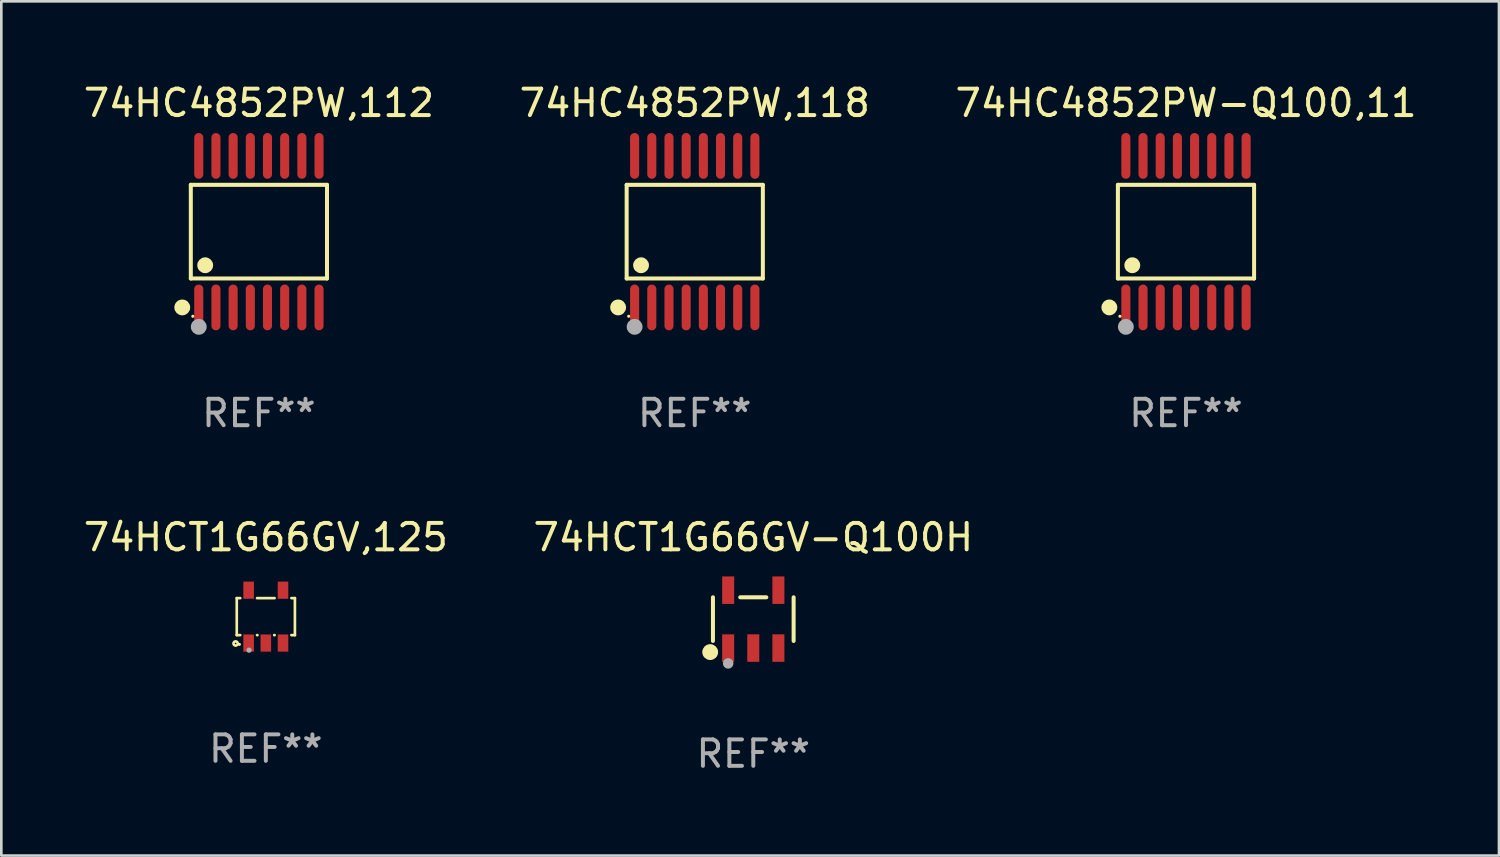
<source format=kicad_pcb>
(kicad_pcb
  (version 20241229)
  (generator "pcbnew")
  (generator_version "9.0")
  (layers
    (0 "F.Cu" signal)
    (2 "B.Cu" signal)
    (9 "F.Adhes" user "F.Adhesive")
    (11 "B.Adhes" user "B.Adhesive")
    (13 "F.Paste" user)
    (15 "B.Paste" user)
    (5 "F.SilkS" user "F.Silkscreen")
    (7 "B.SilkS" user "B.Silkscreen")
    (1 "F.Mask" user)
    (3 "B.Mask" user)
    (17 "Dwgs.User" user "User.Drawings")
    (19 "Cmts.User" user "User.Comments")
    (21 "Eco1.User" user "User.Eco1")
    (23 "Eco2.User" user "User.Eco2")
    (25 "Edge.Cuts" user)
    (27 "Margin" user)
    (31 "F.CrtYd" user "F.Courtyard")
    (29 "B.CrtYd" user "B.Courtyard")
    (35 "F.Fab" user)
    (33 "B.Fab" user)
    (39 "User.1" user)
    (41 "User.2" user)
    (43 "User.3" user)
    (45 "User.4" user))
  (footprint "74HCT1G66GV-Q100H"
    (layer "F.Cu")
    (at 25.446 20.371)
    (property "Reference" "74HCT1G66GV-Q100H" (at 0 -3.095 0) (layer "F.SilkS") (effects (font (size 1 1) (thickness 0.15))))
    (attr through_hole)
    (fp_line (start -1.526 0.826) (end -1.526 -0.826) (stroke (width 0.152) (type solid)) (layer "F.SilkS"))
    (fp_line (start 0.494 -0.826) (end -0.494 -0.826) (stroke (width 0.152) (type solid)) (layer "F.SilkS"))
    (fp_line (start 1.526 0.826) (end 1.526 -0.826) (stroke (width 0.152) (type solid)) (layer "F.SilkS"))
    (fp_circle (center -1.63 1.247) (end -1.48 1.247) (stroke (width 0.3) (type solid)) (fill no) (layer "F.SilkS"))
    (fp_circle (center -1.45 1.375) (end -1.42 1.375) (stroke (width 0.06) (type solid)) (fill no) (layer "F.SilkS"))
    (fp_circle (center -0.95 1.675) (end -0.85 1.675) (stroke (width 0.2) (type solid)) (fill no) (layer "F.Fab"))
    (fp_text user "REF**" (at 0 5.095 0) (layer "F.Fab") (effects (font (size 1 1) (thickness 0.15))))
    (pad "1" smd rect (at -0.95 1.095) (size 0.455 1.04) (layers "F.Cu" "F.Mask" "F.Paste"))
    (pad "2" smd rect (at 0 1.095) (size 0.455 1.04) (layers "F.Cu" "F.Mask" "F.Paste"))
    (pad "3" smd rect (at 0.95 1.095) (size 0.455 1.04) (layers "F.Cu" "F.Mask" "F.Paste"))
    (pad "4" smd rect (at 0.95 -1.095) (size 0.455 1.04) (layers "F.Cu" "F.Mask" "F.Paste"))
    (pad "5" smd rect (at -0.95 -1.095) (size 0.455 1.04) (layers "F.Cu" "F.Mask" "F.Paste")))
  (footprint "74HC4852PW-Q100,11"
    (layer "F.Cu")
    (at 41.815 5.714)
    (property "Reference" "74HC4852PW-Q100,11" (at 0 -4.866 0) (layer "F.SilkS") (effects (font (size 1 1) (thickness 0.15))))
    (attr through_hole)
    (fp_line (start -2.576 -1.772) (end 2.576 -1.772) (stroke (width 0.152) (type solid)) (layer "F.SilkS"))
    (fp_line (start -2.576 1.771) (end -2.576 -1.772) (stroke (width 0.152) (type solid)) (layer "F.SilkS"))
    (fp_line (start 2.576 -1.772) (end 2.576 1.771) (stroke (width 0.152) (type solid)) (layer "F.SilkS"))
    (fp_line (start 2.576 1.771) (end -2.576 1.771) (stroke (width 0.152) (type solid)) (layer "F.SilkS"))
    (fp_circle (center -2.899 2.866) (end -2.749 2.866) (stroke (width 0.3) (type solid)) (fill no) (layer "F.SilkS"))
    (fp_circle (center -2.5 3.2) (end -2.47 3.2) (stroke (width 0.06) (type solid)) (fill no) (layer "F.SilkS"))
    (fp_circle (center -2.032 1.27) (end -1.882 1.27) (stroke (width 0.3) (type solid)) (fill no) (layer "F.SilkS"))
    (fp_circle (center -2.275 3.6) (end -2.125 3.6) (stroke (width 0.3) (type solid)) (fill no) (layer "F.Fab"))
    (fp_text user "REF**" (at 0 6.866 0) (layer "F.Fab") (effects (font (size 1 1) (thickness 0.15))))
    (pad "1" smd oval (at -2.275 2.866) (size 0.343 1.731) (layers "F.Cu" "F.Mask" "F.Paste"))
    (pad "2" smd oval (at -1.625 2.866) (size 0.343 1.731) (layers "F.Cu" "F.Mask" "F.Paste"))
    (pad "3" smd oval (at -0.975 2.866) (size 0.343 1.731) (layers "F.Cu" "F.Mask" "F.Paste"))
    (pad "4" smd oval (at -0.325 2.866) (size 0.343 1.731) (layers "F.Cu" "F.Mask" "F.Paste"))
    (pad "5" smd oval (at 0.325 2.866) (size 0.343 1.731) (layers "F.Cu" "F.Mask" "F.Paste"))
    (pad "6" smd oval (at 0.975 2.866) (size 0.343 1.731) (layers "F.Cu" "F.Mask" "F.Paste"))
    (pad "7" smd oval (at 1.625 2.866) (size 0.343 1.731) (layers "F.Cu" "F.Mask" "F.Paste"))
    (pad "8" smd oval (at 2.275 2.866) (size 0.343 1.731) (layers "F.Cu" "F.Mask" "F.Paste"))
    (pad "9" smd oval (at 2.275 -2.866) (size 0.343 1.731) (layers "F.Cu" "F.Mask" "F.Paste"))
    (pad "10" smd oval (at 1.625 -2.866) (size 0.343 1.731) (layers "F.Cu" "F.Mask" "F.Paste"))
    (pad "11" smd oval (at 0.975 -2.866) (size 0.343 1.731) (layers "F.Cu" "F.Mask" "F.Paste"))
    (pad "12" smd oval (at 0.325 -2.866) (size 0.343 1.731) (layers "F.Cu" "F.Mask" "F.Paste"))
    (pad "13" smd oval (at -0.325 -2.866) (size 0.343 1.731) (layers "F.Cu" "F.Mask" "F.Paste"))
    (pad "14" smd oval (at -0.975 -2.866) (size 0.343 1.731) (layers "F.Cu" "F.Mask" "F.Paste"))
    (pad "15" smd oval (at -1.625 -2.866) (size 0.343 1.731) (layers "F.Cu" "F.Mask" "F.Paste"))
    (pad "16" smd oval (at -2.275 -2.866) (size 0.343 1.731) (layers "F.Cu" "F.Mask" "F.Paste")))
  (footprint "74HCT1G66GV,125"
    (layer "F.Cu")
    (at 7.006 20.276)
    (property "Reference" "74HCT1G66GV,125" (at 0 -3 0) (layer "F.SilkS") (effects (font (size 1 1) (thickness 0.15))))
    (attr through_hole)
    (fp_line (start -1.1 -0.7) (end -1.1 0.7) (stroke (width 0.101) (type solid)) (layer "F.SilkS"))
    (fp_line (start -1.1 -0.7) (end -0.967 -0.7) (stroke (width 0.101) (type solid)) (layer "F.SilkS"))
    (fp_line (start -1.1 0.7) (end -0.967 0.7) (stroke (width 0.101) (type solid)) (layer "F.SilkS"))
    (fp_line (start -0.333 0.7) (end -0.317 0.7) (stroke (width 0.101) (type solid)) (layer "F.SilkS"))
    (fp_line (start -0.333 -0.7) (end 0.333 -0.7) (stroke (width 0.101) (type solid)) (layer "F.SilkS"))
    (fp_line (start 0.317 0.7) (end 0.333 0.7) (stroke (width 0.101) (type solid)) (layer "F.SilkS"))
    (fp_line (start 0.967 0.7) (end 1.1 0.7) (stroke (width 0.101) (type solid)) (layer "F.SilkS"))
    (fp_line (start 0.967 -0.7) (end 1.1 -0.7) (stroke (width 0.101) (type solid)) (layer "F.SilkS"))
    (fp_line (start 1.1 -0.7) (end 1.1 0.7) (stroke (width 0.101) (type solid)) (layer "F.SilkS"))
    (fp_circle (center -1.143 1.016) (end -1.063 1.016) (stroke (width 0.1) (type solid)) (fill no) (layer "F.SilkS"))
    (fp_circle (center -1 1.05) (end -0.97 1.05) (stroke (width 0.06) (type solid)) (fill no) (layer "F.SilkS"))
    (fp_circle (center -0.635 1.27) (end -0.585 1.27) (stroke (width 0.1) (type solid)) (fill no) (layer "F.Fab"))
    (fp_text user "REF**" (at 0 5 0) (layer "F.Fab") (effects (font (size 1 1) (thickness 0.15))))
    (pad "1" smd rect (at -0.65 1) (size 0.4 0.65) (layers "F.Cu" "F.Mask" "F.Paste"))
    (pad "2" smd rect (at 0 1) (size 0.4 0.65) (layers "F.Cu" "F.Mask" "F.Paste"))
    (pad "3" smd rect (at 0.65 1) (size 0.4 0.65) (layers "F.Cu" "F.Mask" "F.Paste"))
    (pad "4" smd rect (at 0.65 -1) (size 0.4 0.65) (layers "F.Cu" "F.Mask" "F.Paste"))
    (pad "5" smd rect (at -0.65 -1) (size 0.4 0.65) (layers "F.Cu" "F.Mask" "F.Paste")))
  (footprint "74HC4852PW,112"
    (layer "F.Cu")
    (at 6.744 5.714)
    (property "Reference" "74HC4852PW,112" (at 0 -4.866 0) (layer "F.SilkS") (effects (font (size 1 1) (thickness 0.15))))
    (attr through_hole)
    (fp_line (start -2.576 -1.772) (end 2.576 -1.772) (stroke (width 0.152) (type solid)) (layer "F.SilkS"))
    (fp_line (start -2.576 1.771) (end -2.576 -1.772) (stroke (width 0.152) (type solid)) (layer "F.SilkS"))
    (fp_line (start 2.576 -1.772) (end 2.576 1.771) (stroke (width 0.152) (type solid)) (layer "F.SilkS"))
    (fp_line (start 2.576 1.771) (end -2.576 1.771) (stroke (width 0.152) (type solid)) (layer "F.SilkS"))
    (fp_circle (center -2.899 2.866) (end -2.749 2.866) (stroke (width 0.3) (type solid)) (fill no) (layer "F.SilkS"))
    (fp_circle (center -2.5 3.2) (end -2.47 3.2) (stroke (width 0.06) (type solid)) (fill no) (layer "F.SilkS"))
    (fp_circle (center -2.032 1.27) (end -1.882 1.27) (stroke (width 0.3) (type solid)) (fill no) (layer "F.SilkS"))
    (fp_circle (center -2.275 3.6) (end -2.125 3.6) (stroke (width 0.3) (type solid)) (fill no) (layer "F.Fab"))
    (fp_text user "REF**" (at 0 6.866 0) (layer "F.Fab") (effects (font (size 1 1) (thickness 0.15))))
    (pad "1" smd oval (at -2.275 2.866) (size 0.343 1.731) (layers "F.Cu" "F.Mask" "F.Paste"))
    (pad "2" smd oval (at -1.625 2.866) (size 0.343 1.731) (layers "F.Cu" "F.Mask" "F.Paste"))
    (pad "3" smd oval (at -0.975 2.866) (size 0.343 1.731) (layers "F.Cu" "F.Mask" "F.Paste"))
    (pad "4" smd oval (at -0.325 2.866) (size 0.343 1.731) (layers "F.Cu" "F.Mask" "F.Paste"))
    (pad "5" smd oval (at 0.325 2.866) (size 0.343 1.731) (layers "F.Cu" "F.Mask" "F.Paste"))
    (pad "6" smd oval (at 0.975 2.866) (size 0.343 1.731) (layers "F.Cu" "F.Mask" "F.Paste"))
    (pad "7" smd oval (at 1.625 2.866) (size 0.343 1.731) (layers "F.Cu" "F.Mask" "F.Paste"))
    (pad "8" smd oval (at 2.275 2.866) (size 0.343 1.731) (layers "F.Cu" "F.Mask" "F.Paste"))
    (pad "9" smd oval (at 2.275 -2.866) (size 0.343 1.731) (layers "F.Cu" "F.Mask" "F.Paste"))
    (pad "10" smd oval (at 1.625 -2.866) (size 0.343 1.731) (layers "F.Cu" "F.Mask" "F.Paste"))
    (pad "11" smd oval (at 0.975 -2.866) (size 0.343 1.731) (layers "F.Cu" "F.Mask" "F.Paste"))
    (pad "12" smd oval (at 0.325 -2.866) (size 0.343 1.731) (layers "F.Cu" "F.Mask" "F.Paste"))
    (pad "13" smd oval (at -0.325 -2.866) (size 0.343 1.731) (layers "F.Cu" "F.Mask" "F.Paste"))
    (pad "14" smd oval (at -0.975 -2.866) (size 0.343 1.731) (layers "F.Cu" "F.Mask" "F.Paste"))
    (pad "15" smd oval (at -1.625 -2.866) (size 0.343 1.731) (layers "F.Cu" "F.Mask" "F.Paste"))
    (pad "16" smd oval (at -2.275 -2.866) (size 0.343 1.731) (layers "F.Cu" "F.Mask" "F.Paste")))
  (footprint "74HC4852PW,118"
    (layer "F.Cu")
    (at 23.232 5.714)
    (property "Reference" "74HC4852PW,118" (at 0 -4.866 0) (layer "F.SilkS") (effects (font (size 1 1) (thickness 0.15))))
    (attr through_hole)
    (fp_line (start -2.576 -1.772) (end 2.576 -1.772) (stroke (width 0.152) (type solid)) (layer "F.SilkS"))
    (fp_line (start -2.576 1.771) (end -2.576 -1.772) (stroke (width 0.152) (type solid)) (layer "F.SilkS"))
    (fp_line (start 2.576 -1.772) (end 2.576 1.771) (stroke (width 0.152) (type solid)) (layer "F.SilkS"))
    (fp_line (start 2.576 1.771) (end -2.576 1.771) (stroke (width 0.152) (type solid)) (layer "F.SilkS"))
    (fp_circle (center -2.899 2.866) (end -2.749 2.866) (stroke (width 0.3) (type solid)) (fill no) (layer "F.SilkS"))
    (fp_circle (center -2.5 3.2) (end -2.47 3.2) (stroke (width 0.06) (type solid)) (fill no) (layer "F.SilkS"))
    (fp_circle (center -2.032 1.27) (end -1.882 1.27) (stroke (width 0.3) (type solid)) (fill no) (layer "F.SilkS"))
    (fp_circle (center -2.275 3.6) (end -2.125 3.6) (stroke (width 0.3) (type solid)) (fill no) (layer "F.Fab"))
    (fp_text user "REF**" (at 0 6.866 0) (layer "F.Fab") (effects (font (size 1 1) (thickness 0.15))))
    (pad "1" smd oval (at -2.275 2.866) (size 0.343 1.731) (layers "F.Cu" "F.Mask" "F.Paste"))
    (pad "2" smd oval (at -1.625 2.866) (size 0.343 1.731) (layers "F.Cu" "F.Mask" "F.Paste"))
    (pad "3" smd oval (at -0.975 2.866) (size 0.343 1.731) (layers "F.Cu" "F.Mask" "F.Paste"))
    (pad "4" smd oval (at -0.325 2.866) (size 0.343 1.731) (layers "F.Cu" "F.Mask" "F.Paste"))
    (pad "5" smd oval (at 0.325 2.866) (size 0.343 1.731) (layers "F.Cu" "F.Mask" "F.Paste"))
    (pad "6" smd oval (at 0.975 2.866) (size 0.343 1.731) (layers "F.Cu" "F.Mask" "F.Paste"))
    (pad "7" smd oval (at 1.625 2.866) (size 0.343 1.731) (layers "F.Cu" "F.Mask" "F.Paste"))
    (pad "8" smd oval (at 2.275 2.866) (size 0.343 1.731) (layers "F.Cu" "F.Mask" "F.Paste"))
    (pad "9" smd oval (at 2.275 -2.866) (size 0.343 1.731) (layers "F.Cu" "F.Mask" "F.Paste"))
    (pad "10" smd oval (at 1.625 -2.866) (size 0.343 1.731) (layers "F.Cu" "F.Mask" "F.Paste"))
    (pad "11" smd oval (at 0.975 -2.866) (size 0.343 1.731) (layers "F.Cu" "F.Mask" "F.Paste"))
    (pad "12" smd oval (at 0.325 -2.866) (size 0.343 1.731) (layers "F.Cu" "F.Mask" "F.Paste"))
    (pad "13" smd oval (at -0.325 -2.866) (size 0.343 1.731) (layers "F.Cu" "F.Mask" "F.Paste"))
    (pad "14" smd oval (at -0.975 -2.866) (size 0.343 1.731) (layers "F.Cu" "F.Mask" "F.Paste"))
    (pad "15" smd oval (at -1.625 -2.866) (size 0.343 1.731) (layers "F.Cu" "F.Mask" "F.Paste"))
    (pad "16" smd oval (at -2.275 -2.866) (size 0.343 1.731) (layers "F.Cu" "F.Mask" "F.Paste")))
  (gr_rect
    (start -3 -3)
    (end 53.655 29.315)
    (stroke (width 0.1) (type default))
    (fill no)
    (layer "Edge.Cuts")))
</source>
